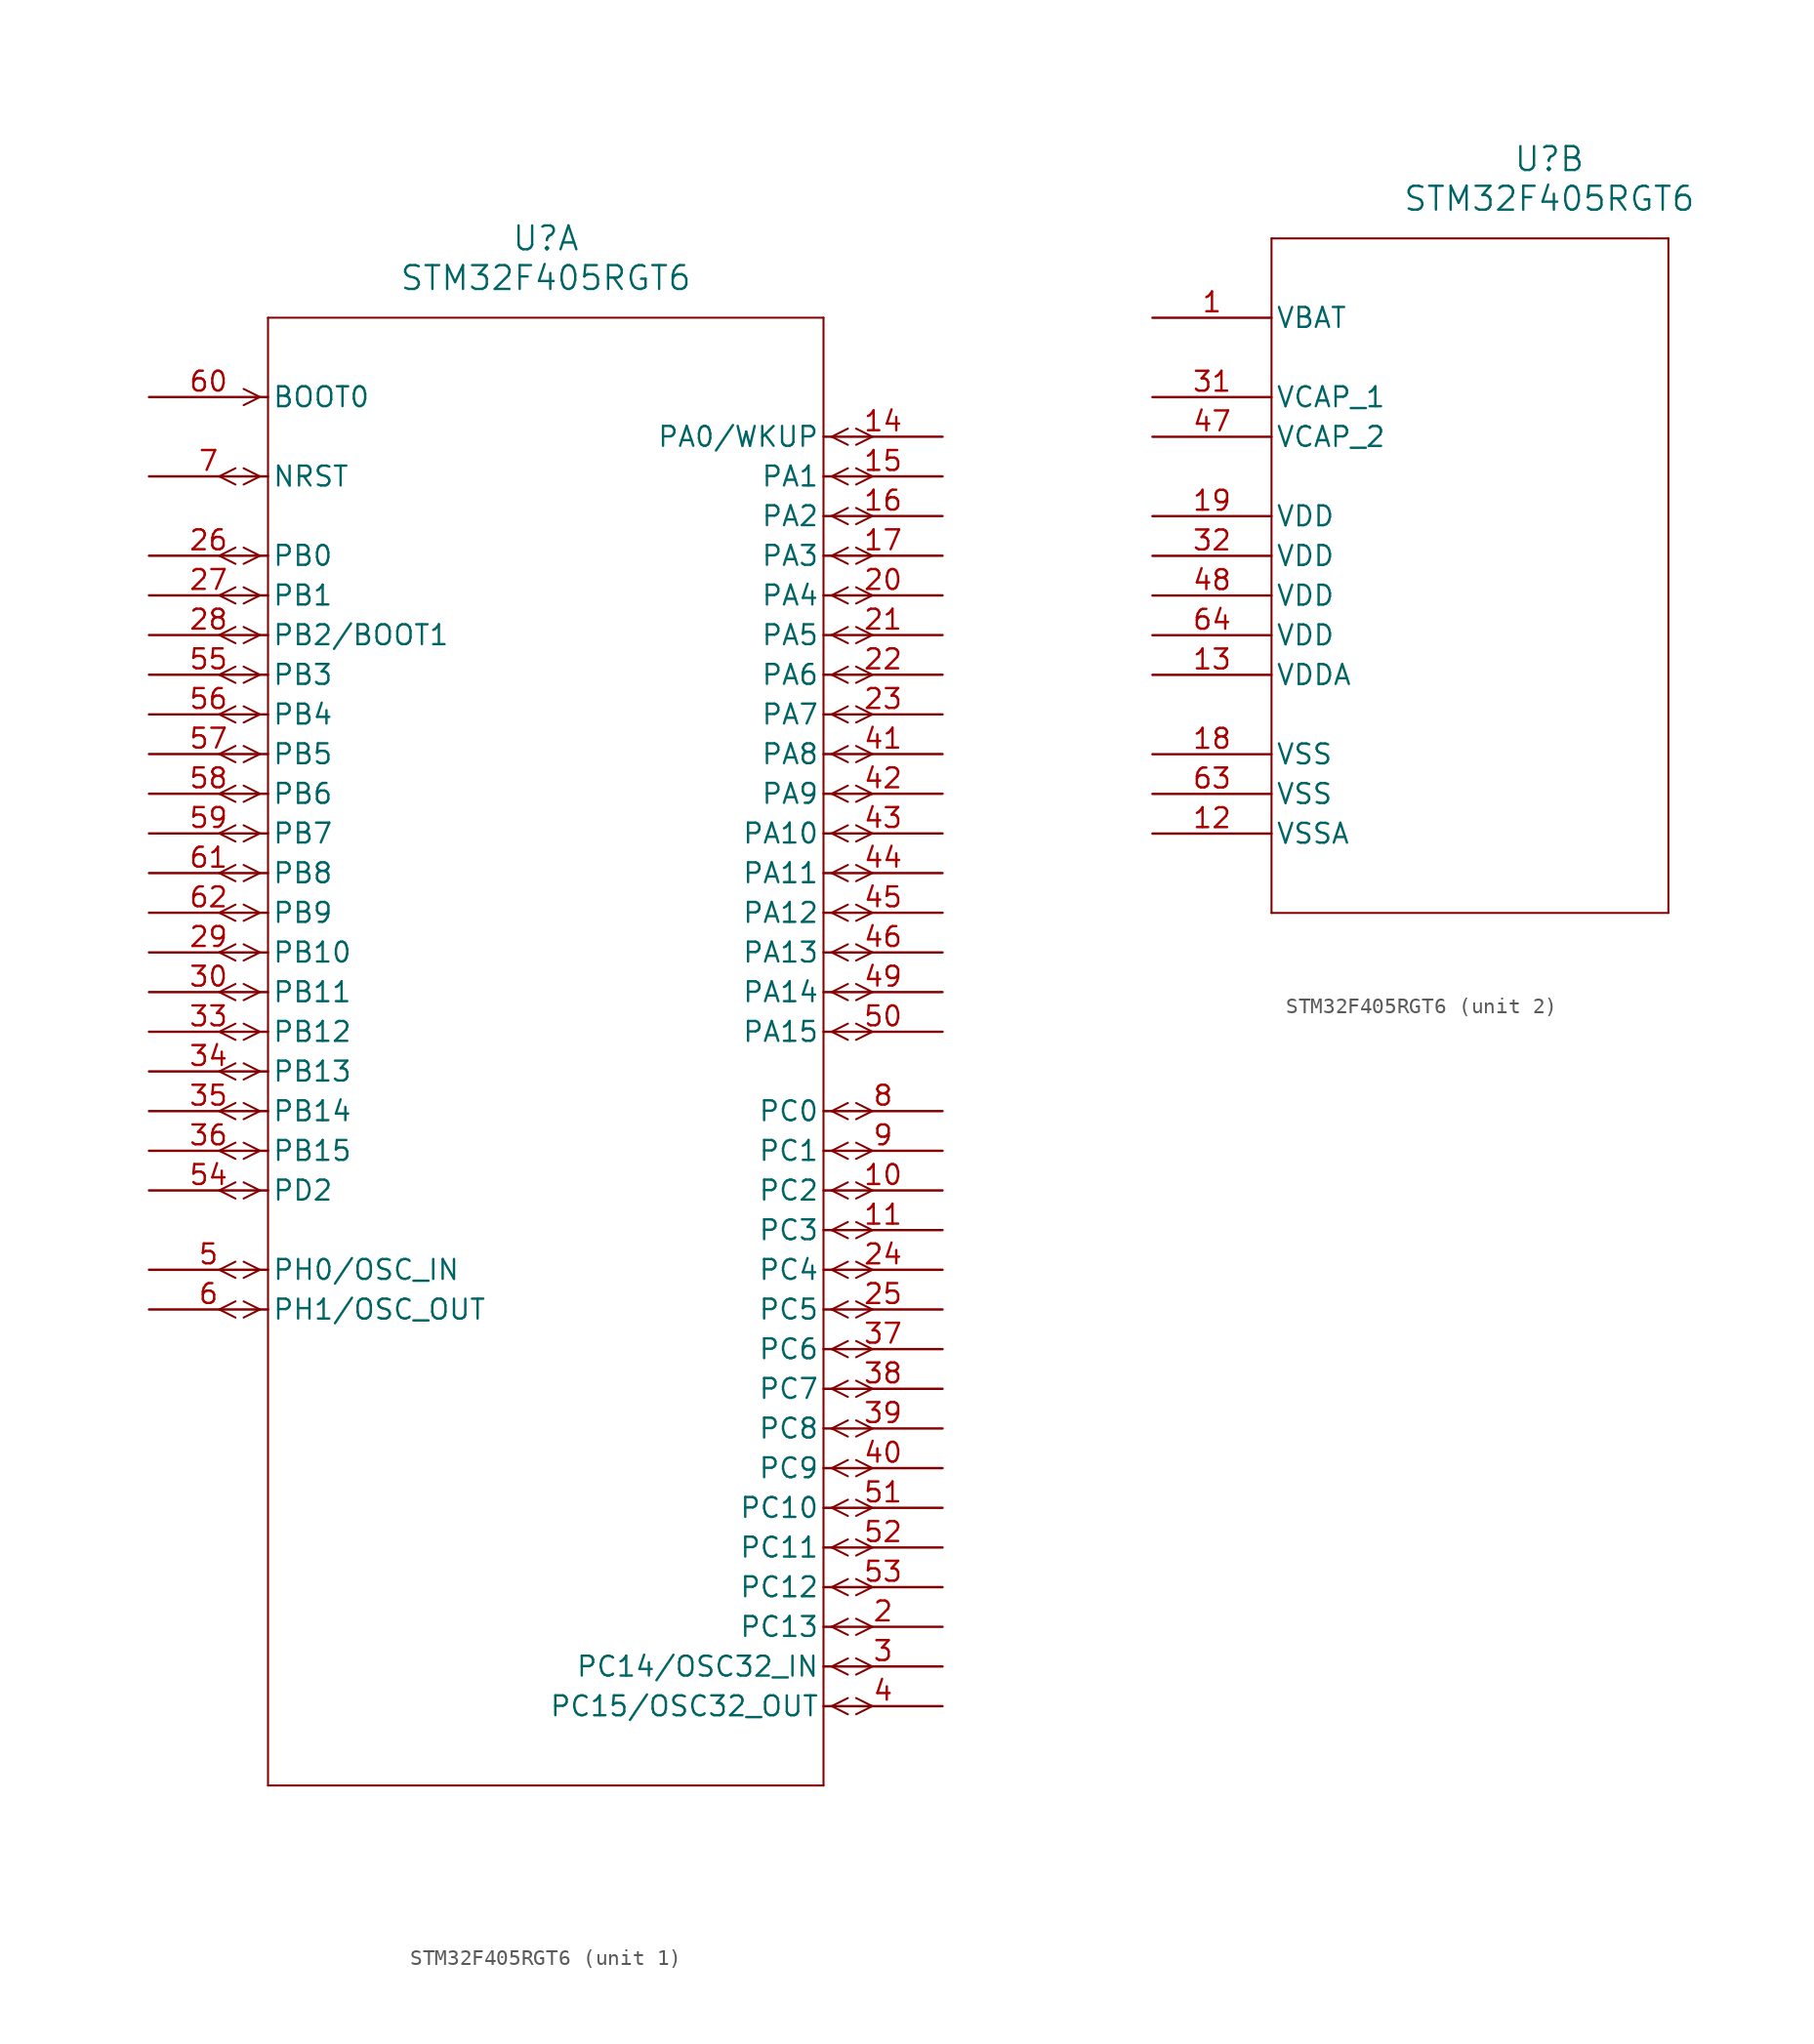
<source format=kicad_sym>
(kicad_symbol_lib
  (version 20220914)
  (generator kicad_symbol_editor)
  (symbol "STM32F405RGT6"
    (pin_names
      (offset 0.254))
    (property "Reference" "U"
      (at 25.4 10.16 0)
      (effects (font (size 1.524 1.524))))
    (property "Value" "STM32F405RGT6"
      (at 25.4 7.62 0)
      (effects (font (size 1.524 1.524))))
    (property "ki_locked" ""
      (at 0 0 0)
      (effects (font (size 1.27 1.27))))
    (symbol "STM32F405RGT6_1_1"
      (polyline (pts (xy 5.537 -58.941) (xy 4.496 -58.42)) (stroke (width 0.127) (type default)) (fill (type none)))
      (polyline (pts (xy 5.537 -57.899) (xy 4.496 -58.42)) (stroke (width 0.127) (type default)) (fill (type none)))
      (polyline (pts (xy 5.537 -56.401) (xy 4.496 -55.88)) (stroke (width 0.127) (type default)) (fill (type none)))
      (polyline (pts (xy 5.537 -55.359) (xy 4.496 -55.88)) (stroke (width 0.127) (type default)) (fill (type none)))
      (polyline (pts (xy 5.537 -51.321) (xy 4.496 -50.8)) (stroke (width 0.127) (type default)) (fill (type none)))
      (polyline (pts (xy 5.537 -50.279) (xy 4.496 -50.8)) (stroke (width 0.127) (type default)) (fill (type none)))
      (polyline (pts (xy 5.537 -48.781) (xy 4.496 -48.26)) (stroke (width 0.127) (type default)) (fill (type none)))
      (polyline (pts (xy 5.537 -47.739) (xy 4.496 -48.26)) (stroke (width 0.127) (type default)) (fill (type none)))
      (polyline (pts (xy 5.537 -46.241) (xy 4.496 -45.72)) (stroke (width 0.127) (type default)) (fill (type none)))
      (polyline (pts (xy 5.537 -45.199) (xy 4.496 -45.72)) (stroke (width 0.127) (type default)) (fill (type none)))
      (polyline (pts (xy 5.537 -43.701) (xy 4.496 -43.18)) (stroke (width 0.127) (type default)) (fill (type none)))
      (polyline (pts (xy 5.537 -42.659) (xy 4.496 -43.18)) (stroke (width 0.127) (type default)) (fill (type none)))
      (polyline (pts (xy 5.537 -41.161) (xy 4.496 -40.64)) (stroke (width 0.127) (type default)) (fill (type none)))
      (polyline (pts (xy 5.537 -40.119) (xy 4.496 -40.64)) (stroke (width 0.127) (type default)) (fill (type none)))
      (polyline (pts (xy 5.537 -38.621) (xy 4.496 -38.1)) (stroke (width 0.127) (type default)) (fill (type none)))
      (polyline (pts (xy 5.537 -37.579) (xy 4.496 -38.1)) (stroke (width 0.127) (type default)) (fill (type none)))
      (polyline (pts (xy 5.537 -36.081) (xy 4.496 -35.56)) (stroke (width 0.127) (type default)) (fill (type none)))
      (polyline (pts (xy 5.537 -35.039) (xy 4.496 -35.56)) (stroke (width 0.127) (type default)) (fill (type none)))
      (polyline (pts (xy 5.537 -33.541) (xy 4.496 -33.02)) (stroke (width 0.127) (type default)) (fill (type none)))
      (polyline (pts (xy 5.537 -32.499) (xy 4.496 -33.02)) (stroke (width 0.127) (type default)) (fill (type none)))
      (polyline (pts (xy 5.537 -31.001) (xy 4.496 -30.48)) (stroke (width 0.127) (type default)) (fill (type none)))
      (polyline (pts (xy 5.537 -29.959) (xy 4.496 -30.48)) (stroke (width 0.127) (type default)) (fill (type none)))
      (polyline (pts (xy 5.537 -28.461) (xy 4.496 -27.94)) (stroke (width 0.127) (type default)) (fill (type none)))
      (polyline (pts (xy 5.537 -27.419) (xy 4.496 -27.94)) (stroke (width 0.127) (type default)) (fill (type none)))
      (polyline (pts (xy 5.537 -25.921) (xy 4.496 -25.4)) (stroke (width 0.127) (type default)) (fill (type none)))
      (polyline (pts (xy 5.537 -24.879) (xy 4.496 -25.4)) (stroke (width 0.127) (type default)) (fill (type none)))
      (polyline (pts (xy 5.537 -23.381) (xy 4.496 -22.86)) (stroke (width 0.127) (type default)) (fill (type none)))
      (polyline (pts (xy 5.537 -22.339) (xy 4.496 -22.86)) (stroke (width 0.127) (type default)) (fill (type none)))
      (polyline (pts (xy 5.537 -20.841) (xy 4.496 -20.32)) (stroke (width 0.127) (type default)) (fill (type none)))
      (polyline (pts (xy 5.537 -19.799) (xy 4.496 -20.32)) (stroke (width 0.127) (type default)) (fill (type none)))
      (polyline (pts (xy 5.537 -18.301) (xy 4.496 -17.78)) (stroke (width 0.127) (type default)) (fill (type none)))
      (polyline (pts (xy 5.537 -17.259) (xy 4.496 -17.78)) (stroke (width 0.127) (type default)) (fill (type none)))
      (polyline (pts (xy 5.537 -15.761) (xy 4.496 -15.24)) (stroke (width 0.127) (type default)) (fill (type none)))
      (polyline (pts (xy 5.537 -14.719) (xy 4.496 -15.24)) (stroke (width 0.127) (type default)) (fill (type none)))
      (polyline (pts (xy 5.537 -13.221) (xy 4.496 -12.7)) (stroke (width 0.127) (type default)) (fill (type none)))
      (polyline (pts (xy 5.537 -12.179) (xy 4.496 -12.7)) (stroke (width 0.127) (type default)) (fill (type none)))
      (polyline (pts (xy 5.537 -10.681) (xy 4.496 -10.16)) (stroke (width 0.127) (type default)) (fill (type none)))
      (polyline (pts (xy 5.537 -9.639) (xy 4.496 -10.16)) (stroke (width 0.127) (type default)) (fill (type none)))
      (polyline (pts (xy 5.537 -5.601) (xy 4.496 -5.08)) (stroke (width 0.127) (type default)) (fill (type none)))
      (polyline (pts (xy 5.537 -4.559) (xy 4.496 -5.08)) (stroke (width 0.127) (type default)) (fill (type none)))
      (polyline (pts (xy 7.099 -58.42) (xy 6.058 -58.941)) (stroke (width 0.127) (type default)) (fill (type none)))
      (polyline (pts (xy 7.099 -58.42) (xy 6.058 -57.899)) (stroke (width 0.127) (type default)) (fill (type none)))
      (polyline (pts (xy 7.099 -55.88) (xy 6.058 -56.401)) (stroke (width 0.127) (type default)) (fill (type none)))
      (polyline (pts (xy 7.099 -55.88) (xy 6.058 -55.359)) (stroke (width 0.127) (type default)) (fill (type none)))
      (polyline (pts (xy 7.099 -50.8) (xy 6.058 -51.321)) (stroke (width 0.127) (type default)) (fill (type none)))
      (polyline (pts (xy 7.099 -50.8) (xy 6.058 -50.279)) (stroke (width 0.127) (type default)) (fill (type none)))
      (polyline (pts (xy 7.099 -48.26) (xy 6.058 -48.781)) (stroke (width 0.127) (type default)) (fill (type none)))
      (polyline (pts (xy 7.099 -48.26) (xy 6.058 -47.739)) (stroke (width 0.127) (type default)) (fill (type none)))
      (polyline (pts (xy 7.099 -45.72) (xy 6.058 -46.241)) (stroke (width 0.127) (type default)) (fill (type none)))
      (polyline (pts (xy 7.099 -45.72) (xy 6.058 -45.199)) (stroke (width 0.127) (type default)) (fill (type none)))
      (polyline (pts (xy 7.099 -43.18) (xy 6.058 -43.701)) (stroke (width 0.127) (type default)) (fill (type none)))
      (polyline (pts (xy 7.099 -43.18) (xy 6.058 -42.659)) (stroke (width 0.127) (type default)) (fill (type none)))
      (polyline (pts (xy 7.099 -40.64) (xy 6.058 -41.161)) (stroke (width 0.127) (type default)) (fill (type none)))
      (polyline (pts (xy 7.099 -40.64) (xy 6.058 -40.119)) (stroke (width 0.127) (type default)) (fill (type none)))
      (polyline (pts (xy 7.099 -38.1) (xy 6.058 -38.621)) (stroke (width 0.127) (type default)) (fill (type none)))
      (polyline (pts (xy 7.099 -38.1) (xy 6.058 -37.579)) (stroke (width 0.127) (type default)) (fill (type none)))
      (polyline (pts (xy 7.099 -35.56) (xy 6.058 -36.081)) (stroke (width 0.127) (type default)) (fill (type none)))
      (polyline (pts (xy 7.099 -35.56) (xy 6.058 -35.039)) (stroke (width 0.127) (type default)) (fill (type none)))
      (polyline (pts (xy 7.099 -33.02) (xy 6.058 -33.541)) (stroke (width 0.127) (type default)) (fill (type none)))
      (polyline (pts (xy 7.099 -33.02) (xy 6.058 -32.499)) (stroke (width 0.127) (type default)) (fill (type none)))
      (polyline (pts (xy 7.099 -30.48) (xy 6.058 -31.001)) (stroke (width 0.127) (type default)) (fill (type none)))
      (polyline (pts (xy 7.099 -30.48) (xy 6.058 -29.959)) (stroke (width 0.127) (type default)) (fill (type none)))
      (polyline (pts (xy 7.099 -27.94) (xy 6.058 -28.461)) (stroke (width 0.127) (type default)) (fill (type none)))
      (polyline (pts (xy 7.099 -27.94) (xy 6.058 -27.419)) (stroke (width 0.127) (type default)) (fill (type none)))
      (polyline (pts (xy 7.099 -25.4) (xy 6.058 -25.921)) (stroke (width 0.127) (type default)) (fill (type none)))
      (polyline (pts (xy 7.099 -25.4) (xy 6.058 -24.879)) (stroke (width 0.127) (type default)) (fill (type none)))
      (polyline (pts (xy 7.099 -22.86) (xy 6.058 -23.381)) (stroke (width 0.127) (type default)) (fill (type none)))
      (polyline (pts (xy 7.099 -22.86) (xy 6.058 -22.339)) (stroke (width 0.127) (type default)) (fill (type none)))
      (polyline (pts (xy 7.099 -20.32) (xy 6.058 -20.841)) (stroke (width 0.127) (type default)) (fill (type none)))
      (polyline (pts (xy 7.099 -20.32) (xy 6.058 -19.799)) (stroke (width 0.127) (type default)) (fill (type none)))
      (polyline (pts (xy 7.099 -17.78) (xy 6.058 -18.301)) (stroke (width 0.127) (type default)) (fill (type none)))
      (polyline (pts (xy 7.099 -17.78) (xy 6.058 -17.259)) (stroke (width 0.127) (type default)) (fill (type none)))
      (polyline (pts (xy 7.099 -15.24) (xy 6.058 -15.761)) (stroke (width 0.127) (type default)) (fill (type none)))
      (polyline (pts (xy 7.099 -15.24) (xy 6.058 -14.719)) (stroke (width 0.127) (type default)) (fill (type none)))
      (polyline (pts (xy 7.099 -12.7) (xy 6.058 -13.221)) (stroke (width 0.127) (type default)) (fill (type none)))
      (polyline (pts (xy 7.099 -12.7) (xy 6.058 -12.179)) (stroke (width 0.127) (type default)) (fill (type none)))
      (polyline (pts (xy 7.099 -10.16) (xy 6.058 -10.681)) (stroke (width 0.127) (type default)) (fill (type none)))
      (polyline (pts (xy 7.099 -10.16) (xy 6.058 -9.639)) (stroke (width 0.127) (type default)) (fill (type none)))
      (polyline (pts (xy 7.099 -5.08) (xy 6.058 -5.601)) (stroke (width 0.127) (type default)) (fill (type none)))
      (polyline (pts (xy 7.099 -5.08) (xy 6.058 -4.559)) (stroke (width 0.127) (type default)) (fill (type none)))
      (polyline (pts (xy 7.099 0) (xy 6.058 -0.521)) (stroke (width 0.127) (type default)) (fill (type none)))
      (polyline (pts (xy 7.099 0) (xy 6.058 0.521)) (stroke (width 0.127) (type default)) (fill (type none)))
      (polyline (pts (xy 7.62 -88.9) (xy 43.18 -88.9)) (stroke (width 0.127) (type default)) (fill (type none)))
      (polyline (pts (xy 7.62 5.08) (xy 7.62 -88.9)) (stroke (width 0.127) (type default)) (fill (type none)))
      (polyline (pts (xy 43.18 -88.9) (xy 43.18 5.08)) (stroke (width 0.127) (type default)) (fill (type none)))
      (polyline (pts (xy 43.18 5.08) (xy 7.62 5.08)) (stroke (width 0.127) (type default)) (fill (type none)))
      (polyline (pts (xy 43.701 -83.82) (xy 44.742 -84.341)) (stroke (width 0.127) (type default)) (fill (type none)))
      (polyline (pts (xy 43.701 -83.82) (xy 44.742 -83.299)) (stroke (width 0.127) (type default)) (fill (type none)))
      (polyline (pts (xy 43.701 -81.28) (xy 44.742 -81.801)) (stroke (width 0.127) (type default)) (fill (type none)))
      (polyline (pts (xy 43.701 -81.28) (xy 44.742 -80.759)) (stroke (width 0.127) (type default)) (fill (type none)))
      (polyline (pts (xy 43.701 -78.74) (xy 44.742 -79.261)) (stroke (width 0.127) (type default)) (fill (type none)))
      (polyline (pts (xy 43.701 -78.74) (xy 44.742 -78.219)) (stroke (width 0.127) (type default)) (fill (type none)))
      (polyline (pts (xy 43.701 -76.2) (xy 44.742 -76.721)) (stroke (width 0.127) (type default)) (fill (type none)))
      (polyline (pts (xy 43.701 -76.2) (xy 44.742 -75.679)) (stroke (width 0.127) (type default)) (fill (type none)))
      (polyline (pts (xy 43.701 -73.66) (xy 44.742 -74.181)) (stroke (width 0.127) (type default)) (fill (type none)))
      (polyline (pts (xy 43.701 -73.66) (xy 44.742 -73.139)) (stroke (width 0.127) (type default)) (fill (type none)))
      (polyline (pts (xy 43.701 -71.12) (xy 44.742 -71.641)) (stroke (width 0.127) (type default)) (fill (type none)))
      (polyline (pts (xy 43.701 -71.12) (xy 44.742 -70.599)) (stroke (width 0.127) (type default)) (fill (type none)))
      (polyline (pts (xy 43.701 -68.58) (xy 44.742 -69.101)) (stroke (width 0.127) (type default)) (fill (type none)))
      (polyline (pts (xy 43.701 -68.58) (xy 44.742 -68.059)) (stroke (width 0.127) (type default)) (fill (type none)))
      (polyline (pts (xy 43.701 -66.04) (xy 44.742 -66.561)) (stroke (width 0.127) (type default)) (fill (type none)))
      (polyline (pts (xy 43.701 -66.04) (xy 44.742 -65.519)) (stroke (width 0.127) (type default)) (fill (type none)))
      (polyline (pts (xy 43.701 -63.5) (xy 44.742 -64.021)) (stroke (width 0.127) (type default)) (fill (type none)))
      (polyline (pts (xy 43.701 -63.5) (xy 44.742 -62.979)) (stroke (width 0.127) (type default)) (fill (type none)))
      (polyline (pts (xy 43.701 -60.96) (xy 44.742 -61.481)) (stroke (width 0.127) (type default)) (fill (type none)))
      (polyline (pts (xy 43.701 -60.96) (xy 44.742 -60.439)) (stroke (width 0.127) (type default)) (fill (type none)))
      (polyline (pts (xy 43.701 -58.42) (xy 44.742 -58.941)) (stroke (width 0.127) (type default)) (fill (type none)))
      (polyline (pts (xy 43.701 -58.42) (xy 44.742 -57.899)) (stroke (width 0.127) (type default)) (fill (type none)))
      (polyline (pts (xy 43.701 -55.88) (xy 44.742 -56.401)) (stroke (width 0.127) (type default)) (fill (type none)))
      (polyline (pts (xy 43.701 -55.88) (xy 44.742 -55.359)) (stroke (width 0.127) (type default)) (fill (type none)))
      (polyline (pts (xy 43.701 -53.34) (xy 44.742 -53.861)) (stroke (width 0.127) (type default)) (fill (type none)))
      (polyline (pts (xy 43.701 -53.34) (xy 44.742 -52.819)) (stroke (width 0.127) (type default)) (fill (type none)))
      (polyline (pts (xy 43.701 -50.8) (xy 44.742 -51.321)) (stroke (width 0.127) (type default)) (fill (type none)))
      (polyline (pts (xy 43.701 -50.8) (xy 44.742 -50.279)) (stroke (width 0.127) (type default)) (fill (type none)))
      (polyline (pts (xy 43.701 -48.26) (xy 44.742 -48.781)) (stroke (width 0.127) (type default)) (fill (type none)))
      (polyline (pts (xy 43.701 -48.26) (xy 44.742 -47.739)) (stroke (width 0.127) (type default)) (fill (type none)))
      (polyline (pts (xy 43.701 -45.72) (xy 44.742 -46.241)) (stroke (width 0.127) (type default)) (fill (type none)))
      (polyline (pts (xy 43.701 -45.72) (xy 44.742 -45.199)) (stroke (width 0.127) (type default)) (fill (type none)))
      (polyline (pts (xy 43.701 -40.64) (xy 44.742 -41.161)) (stroke (width 0.127) (type default)) (fill (type none)))
      (polyline (pts (xy 43.701 -40.64) (xy 44.742 -40.119)) (stroke (width 0.127) (type default)) (fill (type none)))
      (polyline (pts (xy 43.701 -38.1) (xy 44.742 -38.621)) (stroke (width 0.127) (type default)) (fill (type none)))
      (polyline (pts (xy 43.701 -38.1) (xy 44.742 -37.579)) (stroke (width 0.127) (type default)) (fill (type none)))
      (polyline (pts (xy 43.701 -35.56) (xy 44.742 -36.081)) (stroke (width 0.127) (type default)) (fill (type none)))
      (polyline (pts (xy 43.701 -35.56) (xy 44.742 -35.039)) (stroke (width 0.127) (type default)) (fill (type none)))
      (polyline (pts (xy 43.701 -33.02) (xy 44.742 -33.541)) (stroke (width 0.127) (type default)) (fill (type none)))
      (polyline (pts (xy 43.701 -33.02) (xy 44.742 -32.499)) (stroke (width 0.127) (type default)) (fill (type none)))
      (polyline (pts (xy 43.701 -30.48) (xy 44.742 -31.001)) (stroke (width 0.127) (type default)) (fill (type none)))
      (polyline (pts (xy 43.701 -30.48) (xy 44.742 -29.959)) (stroke (width 0.127) (type default)) (fill (type none)))
      (polyline (pts (xy 43.701 -27.94) (xy 44.742 -28.461)) (stroke (width 0.127) (type default)) (fill (type none)))
      (polyline (pts (xy 43.701 -27.94) (xy 44.742 -27.419)) (stroke (width 0.127) (type default)) (fill (type none)))
      (polyline (pts (xy 43.701 -25.4) (xy 44.742 -25.921)) (stroke (width 0.127) (type default)) (fill (type none)))
      (polyline (pts (xy 43.701 -25.4) (xy 44.742 -24.879)) (stroke (width 0.127) (type default)) (fill (type none)))
      (polyline (pts (xy 43.701 -22.86) (xy 44.742 -23.381)) (stroke (width 0.127) (type default)) (fill (type none)))
      (polyline (pts (xy 43.701 -22.86) (xy 44.742 -22.339)) (stroke (width 0.127) (type default)) (fill (type none)))
      (polyline (pts (xy 43.701 -20.32) (xy 44.742 -20.841)) (stroke (width 0.127) (type default)) (fill (type none)))
      (polyline (pts (xy 43.701 -20.32) (xy 44.742 -19.799)) (stroke (width 0.127) (type default)) (fill (type none)))
      (polyline (pts (xy 43.701 -17.78) (xy 44.742 -18.301)) (stroke (width 0.127) (type default)) (fill (type none)))
      (polyline (pts (xy 43.701 -17.78) (xy 44.742 -17.259)) (stroke (width 0.127) (type default)) (fill (type none)))
      (polyline (pts (xy 43.701 -15.24) (xy 44.742 -15.761)) (stroke (width 0.127) (type default)) (fill (type none)))
      (polyline (pts (xy 43.701 -15.24) (xy 44.742 -14.719)) (stroke (width 0.127) (type default)) (fill (type none)))
      (polyline (pts (xy 43.701 -12.7) (xy 44.742 -13.221)) (stroke (width 0.127) (type default)) (fill (type none)))
      (polyline (pts (xy 43.701 -12.7) (xy 44.742 -12.179)) (stroke (width 0.127) (type default)) (fill (type none)))
      (polyline (pts (xy 43.701 -10.16) (xy 44.742 -10.681)) (stroke (width 0.127) (type default)) (fill (type none)))
      (polyline (pts (xy 43.701 -10.16) (xy 44.742 -9.639)) (stroke (width 0.127) (type default)) (fill (type none)))
      (polyline (pts (xy 43.701 -7.62) (xy 44.742 -8.141)) (stroke (width 0.127) (type default)) (fill (type none)))
      (polyline (pts (xy 43.701 -7.62) (xy 44.742 -7.099)) (stroke (width 0.127) (type default)) (fill (type none)))
      (polyline (pts (xy 43.701 -5.08) (xy 44.742 -5.601)) (stroke (width 0.127) (type default)) (fill (type none)))
      (polyline (pts (xy 43.701 -5.08) (xy 44.742 -4.559)) (stroke (width 0.127) (type default)) (fill (type none)))
      (polyline (pts (xy 43.701 -2.54) (xy 44.742 -3.061)) (stroke (width 0.127) (type default)) (fill (type none)))
      (polyline (pts (xy 43.701 -2.54) (xy 44.742 -2.019)) (stroke (width 0.127) (type default)) (fill (type none)))
      (polyline (pts (xy 45.263 -84.341) (xy 46.304 -83.82)) (stroke (width 0.127) (type default)) (fill (type none)))
      (polyline (pts (xy 45.263 -83.299) (xy 46.304 -83.82)) (stroke (width 0.127) (type default)) (fill (type none)))
      (polyline (pts (xy 45.263 -81.801) (xy 46.304 -81.28)) (stroke (width 0.127) (type default)) (fill (type none)))
      (polyline (pts (xy 45.263 -80.759) (xy 46.304 -81.28)) (stroke (width 0.127) (type default)) (fill (type none)))
      (polyline (pts (xy 45.263 -79.261) (xy 46.304 -78.74)) (stroke (width 0.127) (type default)) (fill (type none)))
      (polyline (pts (xy 45.263 -78.219) (xy 46.304 -78.74)) (stroke (width 0.127) (type default)) (fill (type none)))
      (polyline (pts (xy 45.263 -76.721) (xy 46.304 -76.2)) (stroke (width 0.127) (type default)) (fill (type none)))
      (polyline (pts (xy 45.263 -75.679) (xy 46.304 -76.2)) (stroke (width 0.127) (type default)) (fill (type none)))
      (polyline (pts (xy 45.263 -74.181) (xy 46.304 -73.66)) (stroke (width 0.127) (type default)) (fill (type none)))
      (polyline (pts (xy 45.263 -73.139) (xy 46.304 -73.66)) (stroke (width 0.127) (type default)) (fill (type none)))
      (polyline (pts (xy 45.263 -71.641) (xy 46.304 -71.12)) (stroke (width 0.127) (type default)) (fill (type none)))
      (polyline (pts (xy 45.263 -70.599) (xy 46.304 -71.12)) (stroke (width 0.127) (type default)) (fill (type none)))
      (polyline (pts (xy 45.263 -69.101) (xy 46.304 -68.58)) (stroke (width 0.127) (type default)) (fill (type none)))
      (polyline (pts (xy 45.263 -68.059) (xy 46.304 -68.58)) (stroke (width 0.127) (type default)) (fill (type none)))
      (polyline (pts (xy 45.263 -66.561) (xy 46.304 -66.04)) (stroke (width 0.127) (type default)) (fill (type none)))
      (polyline (pts (xy 45.263 -65.519) (xy 46.304 -66.04)) (stroke (width 0.127) (type default)) (fill (type none)))
      (polyline (pts (xy 45.263 -64.021) (xy 46.304 -63.5)) (stroke (width 0.127) (type default)) (fill (type none)))
      (polyline (pts (xy 45.263 -62.979) (xy 46.304 -63.5)) (stroke (width 0.127) (type default)) (fill (type none)))
      (polyline (pts (xy 45.263 -61.481) (xy 46.304 -60.96)) (stroke (width 0.127) (type default)) (fill (type none)))
      (polyline (pts (xy 45.263 -60.439) (xy 46.304 -60.96)) (stroke (width 0.127) (type default)) (fill (type none)))
      (polyline (pts (xy 45.263 -58.941) (xy 46.304 -58.42)) (stroke (width 0.127) (type default)) (fill (type none)))
      (polyline (pts (xy 45.263 -57.899) (xy 46.304 -58.42)) (stroke (width 0.127) (type default)) (fill (type none)))
      (polyline (pts (xy 45.263 -56.401) (xy 46.304 -55.88)) (stroke (width 0.127) (type default)) (fill (type none)))
      (polyline (pts (xy 45.263 -55.359) (xy 46.304 -55.88)) (stroke (width 0.127) (type default)) (fill (type none)))
      (polyline (pts (xy 45.263 -53.861) (xy 46.304 -53.34)) (stroke (width 0.127) (type default)) (fill (type none)))
      (polyline (pts (xy 45.263 -52.819) (xy 46.304 -53.34)) (stroke (width 0.127) (type default)) (fill (type none)))
      (polyline (pts (xy 45.263 -51.321) (xy 46.304 -50.8)) (stroke (width 0.127) (type default)) (fill (type none)))
      (polyline (pts (xy 45.263 -50.279) (xy 46.304 -50.8)) (stroke (width 0.127) (type default)) (fill (type none)))
      (polyline (pts (xy 45.263 -48.781) (xy 46.304 -48.26)) (stroke (width 0.127) (type default)) (fill (type none)))
      (polyline (pts (xy 45.263 -47.739) (xy 46.304 -48.26)) (stroke (width 0.127) (type default)) (fill (type none)))
      (polyline (pts (xy 45.263 -46.241) (xy 46.304 -45.72)) (stroke (width 0.127) (type default)) (fill (type none)))
      (polyline (pts (xy 45.263 -45.199) (xy 46.304 -45.72)) (stroke (width 0.127) (type default)) (fill (type none)))
      (polyline (pts (xy 45.263 -41.161) (xy 46.304 -40.64)) (stroke (width 0.127) (type default)) (fill (type none)))
      (polyline (pts (xy 45.263 -40.119) (xy 46.304 -40.64)) (stroke (width 0.127) (type default)) (fill (type none)))
      (polyline (pts (xy 45.263 -38.621) (xy 46.304 -38.1)) (stroke (width 0.127) (type default)) (fill (type none)))
      (polyline (pts (xy 45.263 -37.579) (xy 46.304 -38.1)) (stroke (width 0.127) (type default)) (fill (type none)))
      (polyline (pts (xy 45.263 -36.081) (xy 46.304 -35.56)) (stroke (width 0.127) (type default)) (fill (type none)))
      (polyline (pts (xy 45.263 -35.039) (xy 46.304 -35.56)) (stroke (width 0.127) (type default)) (fill (type none)))
      (polyline (pts (xy 45.263 -33.541) (xy 46.304 -33.02)) (stroke (width 0.127) (type default)) (fill (type none)))
      (polyline (pts (xy 45.263 -32.499) (xy 46.304 -33.02)) (stroke (width 0.127) (type default)) (fill (type none)))
      (polyline (pts (xy 45.263 -31.001) (xy 46.304 -30.48)) (stroke (width 0.127) (type default)) (fill (type none)))
      (polyline (pts (xy 45.263 -29.959) (xy 46.304 -30.48)) (stroke (width 0.127) (type default)) (fill (type none)))
      (polyline (pts (xy 45.263 -28.461) (xy 46.304 -27.94)) (stroke (width 0.127) (type default)) (fill (type none)))
      (polyline (pts (xy 45.263 -27.419) (xy 46.304 -27.94)) (stroke (width 0.127) (type default)) (fill (type none)))
      (polyline (pts (xy 45.263 -25.921) (xy 46.304 -25.4)) (stroke (width 0.127) (type default)) (fill (type none)))
      (polyline (pts (xy 45.263 -24.879) (xy 46.304 -25.4)) (stroke (width 0.127) (type default)) (fill (type none)))
      (polyline (pts (xy 45.263 -23.381) (xy 46.304 -22.86)) (stroke (width 0.127) (type default)) (fill (type none)))
      (polyline (pts (xy 45.263 -22.339) (xy 46.304 -22.86)) (stroke (width 0.127) (type default)) (fill (type none)))
      (polyline (pts (xy 45.263 -20.841) (xy 46.304 -20.32)) (stroke (width 0.127) (type default)) (fill (type none)))
      (polyline (pts (xy 45.263 -19.799) (xy 46.304 -20.32)) (stroke (width 0.127) (type default)) (fill (type none)))
      (polyline (pts (xy 45.263 -18.301) (xy 46.304 -17.78)) (stroke (width 0.127) (type default)) (fill (type none)))
      (polyline (pts (xy 45.263 -17.259) (xy 46.304 -17.78)) (stroke (width 0.127) (type default)) (fill (type none)))
      (polyline (pts (xy 45.263 -15.761) (xy 46.304 -15.24)) (stroke (width 0.127) (type default)) (fill (type none)))
      (polyline (pts (xy 45.263 -14.719) (xy 46.304 -15.24)) (stroke (width 0.127) (type default)) (fill (type none)))
      (polyline (pts (xy 45.263 -13.221) (xy 46.304 -12.7)) (stroke (width 0.127) (type default)) (fill (type none)))
      (polyline (pts (xy 45.263 -12.179) (xy 46.304 -12.7)) (stroke (width 0.127) (type default)) (fill (type none)))
      (polyline (pts (xy 45.263 -10.681) (xy 46.304 -10.16)) (stroke (width 0.127) (type default)) (fill (type none)))
      (polyline (pts (xy 45.263 -9.639) (xy 46.304 -10.16)) (stroke (width 0.127) (type default)) (fill (type none)))
      (polyline (pts (xy 45.263 -8.141) (xy 46.304 -7.62)) (stroke (width 0.127) (type default)) (fill (type none)))
      (polyline (pts (xy 45.263 -7.099) (xy 46.304 -7.62)) (stroke (width 0.127) (type default)) (fill (type none)))
      (polyline (pts (xy 45.263 -5.601) (xy 46.304 -5.08)) (stroke (width 0.127) (type default)) (fill (type none)))
      (polyline (pts (xy 45.263 -4.559) (xy 46.304 -5.08)) (stroke (width 0.127) (type default)) (fill (type none)))
      (polyline (pts (xy 45.263 -3.061) (xy 46.304 -2.54)) (stroke (width 0.127) (type default)) (fill (type none)))
      (polyline (pts (xy 45.263 -2.019) (xy 46.304 -2.54)) (stroke (width 0.127) (type default)) (fill (type none)))
      (pin bidirectional line (at 50.8 -50.8 180) (length 7.62) (name "PC2" (effects (font (size 1.27 1.27)))) (number "10" (effects (font (size 1.27 1.27)))))
      (pin bidirectional line (at 50.8 -53.34 180) (length 7.62) (name "PC3" (effects (font (size 1.27 1.27)))) (number "11" (effects (font (size 1.27 1.27)))))
      (pin bidirectional line (at 50.8 -2.54 180) (length 7.62) (name "PA0/WKUP" (effects (font (size 1.27 1.27)))) (number "14" (effects (font (size 1.27 1.27)))))
      (pin bidirectional line (at 50.8 -5.08 180) (length 7.62) (name "PA1" (effects (font (size 1.27 1.27)))) (number "15" (effects (font (size 1.27 1.27)))))
      (pin bidirectional line (at 50.8 -7.62 180) (length 7.62) (name "PA2" (effects (font (size 1.27 1.27)))) (number "16" (effects (font (size 1.27 1.27)))))
      (pin bidirectional line (at 50.8 -10.16 180) (length 7.62) (name "PA3" (effects (font (size 1.27 1.27)))) (number "17" (effects (font (size 1.27 1.27)))))
      (pin bidirectional line (at 50.8 -78.74 180) (length 7.62) (name "PC13" (effects (font (size 1.27 1.27)))) (number "2" (effects (font (size 1.27 1.27)))))
      (pin bidirectional line (at 50.8 -12.7 180) (length 7.62) (name "PA4" (effects (font (size 1.27 1.27)))) (number "20" (effects (font (size 1.27 1.27)))))
      (pin bidirectional line (at 50.8 -15.24 180) (length 7.62) (name "PA5" (effects (font (size 1.27 1.27)))) (number "21" (effects (font (size 1.27 1.27)))))
      (pin bidirectional line (at 50.8 -17.78 180) (length 7.62) (name "PA6" (effects (font (size 1.27 1.27)))) (number "22" (effects (font (size 1.27 1.27)))))
      (pin bidirectional line (at 50.8 -20.32 180) (length 7.62) (name "PA7" (effects (font (size 1.27 1.27)))) (number "23" (effects (font (size 1.27 1.27)))))
      (pin bidirectional line (at 50.8 -55.88 180) (length 7.62) (name "PC4" (effects (font (size 1.27 1.27)))) (number "24" (effects (font (size 1.27 1.27)))))
      (pin bidirectional line (at 50.8 -58.42 180) (length 7.62) (name "PC5" (effects (font (size 1.27 1.27)))) (number "25" (effects (font (size 1.27 1.27)))))
      (pin bidirectional line (at 0 -10.16 0) (length 7.62) (name "PB0" (effects (font (size 1.27 1.27)))) (number "26" (effects (font (size 1.27 1.27)))))
      (pin bidirectional line (at 0 -12.7 0) (length 7.62) (name "PB1" (effects (font (size 1.27 1.27)))) (number "27" (effects (font (size 1.27 1.27)))))
      (pin bidirectional line (at 0 -15.24 0) (length 7.62) (name "PB2/BOOT1" (effects (font (size 1.27 1.27)))) (number "28" (effects (font (size 1.27 1.27)))))
      (pin bidirectional line (at 0 -35.56 0) (length 7.62) (name "PB10" (effects (font (size 1.27 1.27)))) (number "29" (effects (font (size 1.27 1.27)))))
      (pin bidirectional line (at 50.8 -81.28 180) (length 7.62) (name "PC14/OSC32_IN" (effects (font (size 1.27 1.27)))) (number "3" (effects (font (size 1.27 1.27)))))
      (pin bidirectional line (at 0 -38.1 0) (length 7.62) (name "PB11" (effects (font (size 1.27 1.27)))) (number "30" (effects (font (size 1.27 1.27)))))
      (pin bidirectional line (at 0 -40.64 0) (length 7.62) (name "PB12" (effects (font (size 1.27 1.27)))) (number "33" (effects (font (size 1.27 1.27)))))
      (pin bidirectional line (at 0 -43.18 0) (length 7.62) (name "PB13" (effects (font (size 1.27 1.27)))) (number "34" (effects (font (size 1.27 1.27)))))
      (pin bidirectional line (at 0 -45.72 0) (length 7.62) (name "PB14" (effects (font (size 1.27 1.27)))) (number "35" (effects (font (size 1.27 1.27)))))
      (pin bidirectional line (at 0 -48.26 0) (length 7.62) (name "PB15" (effects (font (size 1.27 1.27)))) (number "36" (effects (font (size 1.27 1.27)))))
      (pin bidirectional line (at 50.8 -60.96 180) (length 7.62) (name "PC6" (effects (font (size 1.27 1.27)))) (number "37" (effects (font (size 1.27 1.27)))))
      (pin bidirectional line (at 50.8 -63.5 180) (length 7.62) (name "PC7" (effects (font (size 1.27 1.27)))) (number "38" (effects (font (size 1.27 1.27)))))
      (pin bidirectional line (at 50.8 -66.04 180) (length 7.62) (name "PC8" (effects (font (size 1.27 1.27)))) (number "39" (effects (font (size 1.27 1.27)))))
      (pin bidirectional line (at 50.8 -83.82 180) (length 7.62) (name "PC15/OSC32_OUT" (effects (font (size 1.27 1.27)))) (number "4" (effects (font (size 1.27 1.27)))))
      (pin bidirectional line (at 50.8 -68.58 180) (length 7.62) (name "PC9" (effects (font (size 1.27 1.27)))) (number "40" (effects (font (size 1.27 1.27)))))
      (pin bidirectional line (at 50.8 -22.86 180) (length 7.62) (name "PA8" (effects (font (size 1.27 1.27)))) (number "41" (effects (font (size 1.27 1.27)))))
      (pin bidirectional line (at 50.8 -25.4 180) (length 7.62) (name "PA9" (effects (font (size 1.27 1.27)))) (number "42" (effects (font (size 1.27 1.27)))))
      (pin bidirectional line (at 50.8 -27.94 180) (length 7.62) (name "PA10" (effects (font (size 1.27 1.27)))) (number "43" (effects (font (size 1.27 1.27)))))
      (pin bidirectional line (at 50.8 -30.48 180) (length 7.62) (name "PA11" (effects (font (size 1.27 1.27)))) (number "44" (effects (font (size 1.27 1.27)))))
      (pin bidirectional line (at 50.8 -33.02 180) (length 7.62) (name "PA12" (effects (font (size 1.27 1.27)))) (number "45" (effects (font (size 1.27 1.27)))))
      (pin bidirectional line (at 50.8 -35.56 180) (length 7.62) (name "PA13" (effects (font (size 1.27 1.27)))) (number "46" (effects (font (size 1.27 1.27)))))
      (pin bidirectional line (at 50.8 -38.1 180) (length 7.62) (name "PA14" (effects (font (size 1.27 1.27)))) (number "49" (effects (font (size 1.27 1.27)))))
      (pin bidirectional line (at 0 -55.88 0) (length 7.62) (name "PH0/OSC_IN" (effects (font (size 1.27 1.27)))) (number "5" (effects (font (size 1.27 1.27)))))
      (pin bidirectional line (at 50.8 -40.64 180) (length 7.62) (name "PA15" (effects (font (size 1.27 1.27)))) (number "50" (effects (font (size 1.27 1.27)))))
      (pin bidirectional line (at 50.8 -71.12 180) (length 7.62) (name "PC10" (effects (font (size 1.27 1.27)))) (number "51" (effects (font (size 1.27 1.27)))))
      (pin bidirectional line (at 50.8 -73.66 180) (length 7.62) (name "PC11" (effects (font (size 1.27 1.27)))) (number "52" (effects (font (size 1.27 1.27)))))
      (pin bidirectional line (at 50.8 -76.2 180) (length 7.62) (name "PC12" (effects (font (size 1.27 1.27)))) (number "53" (effects (font (size 1.27 1.27)))))
      (pin bidirectional line (at 0 -50.8 0) (length 7.62) (name "PD2" (effects (font (size 1.27 1.27)))) (number "54" (effects (font (size 1.27 1.27)))))
      (pin bidirectional line (at 0 -17.78 0) (length 7.62) (name "PB3" (effects (font (size 1.27 1.27)))) (number "55" (effects (font (size 1.27 1.27)))))
      (pin bidirectional line (at 0 -20.32 0) (length 7.62) (name "PB4" (effects (font (size 1.27 1.27)))) (number "56" (effects (font (size 1.27 1.27)))))
      (pin bidirectional line (at 0 -22.86 0) (length 7.62) (name "PB5" (effects (font (size 1.27 1.27)))) (number "57" (effects (font (size 1.27 1.27)))))
      (pin bidirectional line (at 0 -25.4 0) (length 7.62) (name "PB6" (effects (font (size 1.27 1.27)))) (number "58" (effects (font (size 1.27 1.27)))))
      (pin bidirectional line (at 0 -27.94 0) (length 7.62) (name "PB7" (effects (font (size 1.27 1.27)))) (number "59" (effects (font (size 1.27 1.27)))))
      (pin bidirectional line (at 0 -58.42 0) (length 7.62) (name "PH1/OSC_OUT" (effects (font (size 1.27 1.27)))) (number "6" (effects (font (size 1.27 1.27)))))
      (pin input line (at 0 0 0) (length 7.62) (name "BOOT0" (effects (font (size 1.27 1.27)))) (number "60" (effects (font (size 1.27 1.27)))))
      (pin bidirectional line (at 0 -30.48 0) (length 7.62) (name "PB8" (effects (font (size 1.27 1.27)))) (number "61" (effects (font (size 1.27 1.27)))))
      (pin bidirectional line (at 0 -33.02 0) (length 7.62) (name "PB9" (effects (font (size 1.27 1.27)))) (number "62" (effects (font (size 1.27 1.27)))))
      (pin bidirectional line (at 0 -5.08 0) (length 7.62) (name "NRST" (effects (font (size 1.27 1.27)))) (number "7" (effects (font (size 1.27 1.27)))))
      (pin bidirectional line (at 50.8 -45.72 180) (length 7.62) (name "PC0" (effects (font (size 1.27 1.27)))) (number "8" (effects (font (size 1.27 1.27)))))
      (pin bidirectional line (at 50.8 -48.26 180) (length 7.62) (name "PC1" (effects (font (size 1.27 1.27)))) (number "9" (effects (font (size 1.27 1.27))))))
    (symbol "STM32F405RGT6_2_1"
      (polyline (pts (xy 7.62 -38.1) (xy 33.02 -38.1)) (stroke (width 0.127) (type default)) (fill (type none)))
      (polyline (pts (xy 7.62 5.08) (xy 7.62 -38.1)) (stroke (width 0.127) (type default)) (fill (type none)))
      (polyline (pts (xy 33.02 -38.1) (xy 33.02 5.08)) (stroke (width 0.127) (type default)) (fill (type none)))
      (polyline (pts (xy 33.02 5.08) (xy 7.62 5.08)) (stroke (width 0.127) (type default)) (fill (type none)))
      (pin power_in line (at 0 0 0) (length 7.62) (name "VBAT" (effects (font (size 1.27 1.27)))) (number "1" (effects (font (size 1.27 1.27)))))
      (pin power_in line (at 0 -33.02 0) (length 7.62) (name "VSSA" (effects (font (size 1.27 1.27)))) (number "12" (effects (font (size 1.27 1.27)))))
      (pin power_in line (at 0 -22.86 0) (length 7.62) (name "VDDA" (effects (font (size 1.27 1.27)))) (number "13" (effects (font (size 1.27 1.27)))))
      (pin power_in line (at 0 -27.94 0) (length 7.62) (name "VSS" (effects (font (size 1.27 1.27)))) (number "18" (effects (font (size 1.27 1.27)))))
      (pin power_in line (at 0 -12.7 0) (length 7.62) (name "VDD" (effects (font (size 1.27 1.27)))) (number "19" (effects (font (size 1.27 1.27)))))
      (pin power_in line (at 0 -5.08 0) (length 7.62) (name "VCAP_1" (effects (font (size 1.27 1.27)))) (number "31" (effects (font (size 1.27 1.27)))))
      (pin power_in line (at 0 -15.24 0) (length 7.62) (name "VDD" (effects (font (size 1.27 1.27)))) (number "32" (effects (font (size 1.27 1.27)))))
      (pin power_in line (at 0 -7.62 0) (length 7.62) (name "VCAP_2" (effects (font (size 1.27 1.27)))) (number "47" (effects (font (size 1.27 1.27)))))
      (pin power_in line (at 0 -17.78 0) (length 7.62) (name "VDD" (effects (font (size 1.27 1.27)))) (number "48" (effects (font (size 1.27 1.27)))))
      (pin power_in line (at 0 -30.48 0) (length 7.62) (name "VSS" (effects (font (size 1.27 1.27)))) (number "63" (effects (font (size 1.27 1.27)))))
      (pin power_in line (at 0 -20.32 0) (length 7.62) (name "VDD" (effects (font (size 1.27 1.27)))) (number "64" (effects (font (size 1.27 1.27))))))))
</source>
